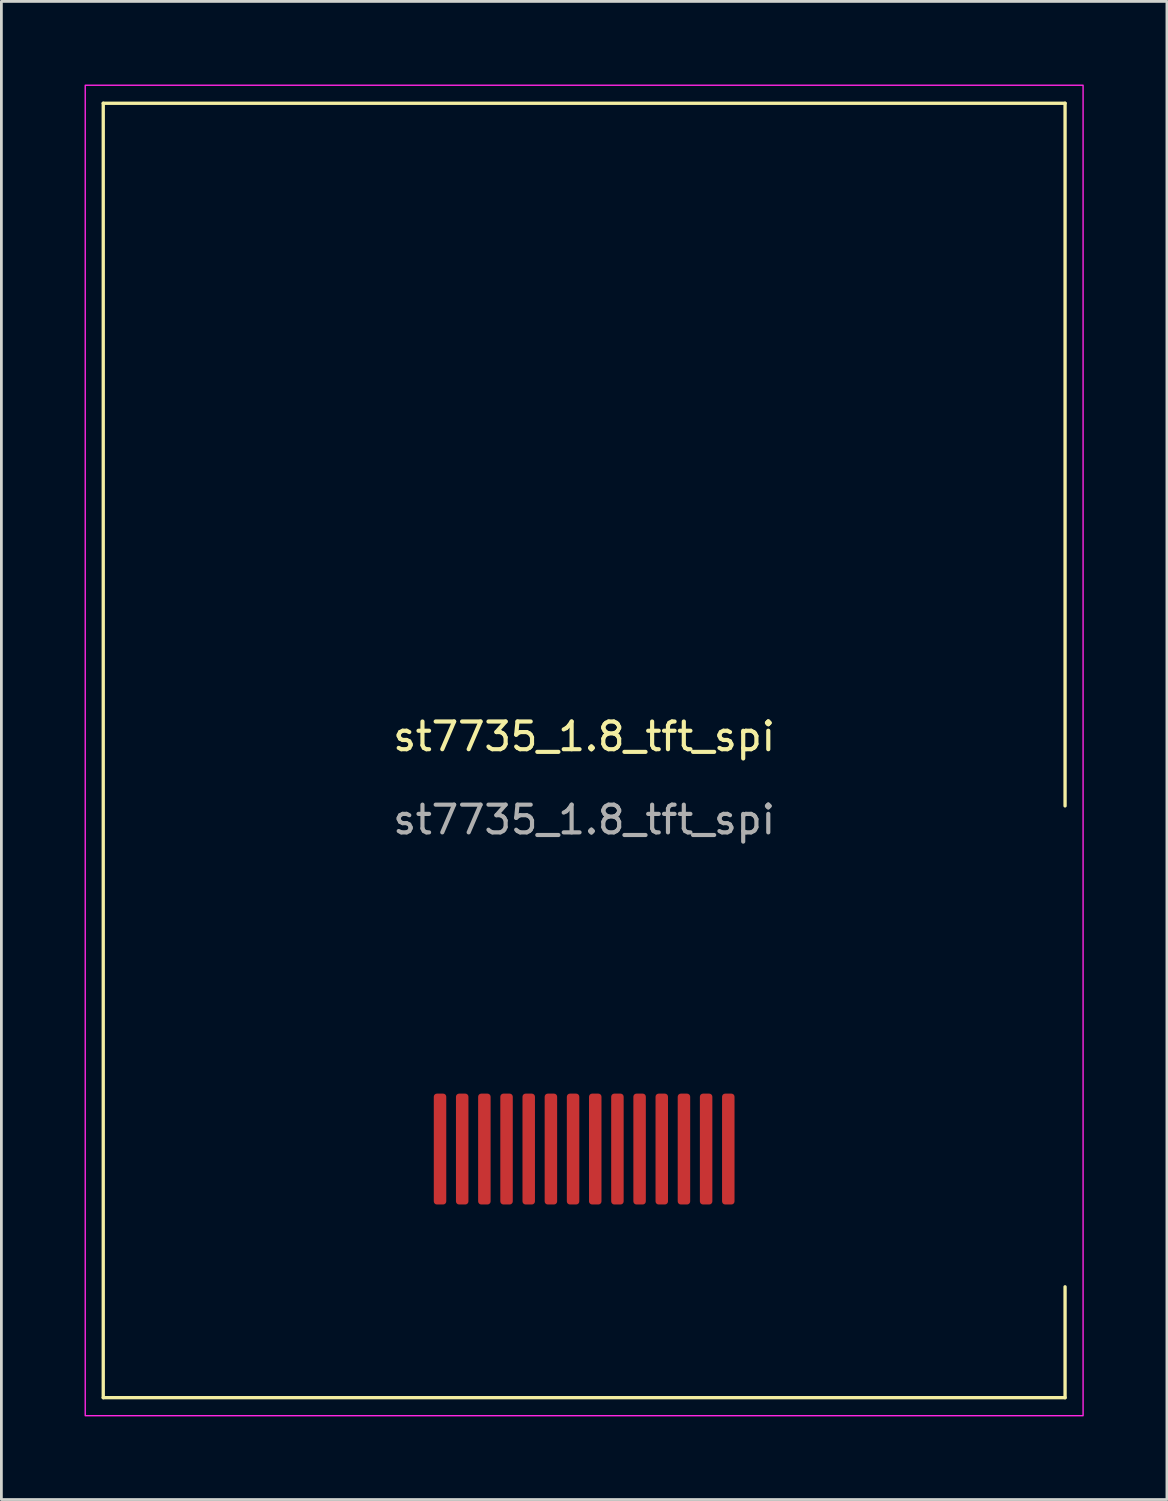
<source format=kicad_pcb>
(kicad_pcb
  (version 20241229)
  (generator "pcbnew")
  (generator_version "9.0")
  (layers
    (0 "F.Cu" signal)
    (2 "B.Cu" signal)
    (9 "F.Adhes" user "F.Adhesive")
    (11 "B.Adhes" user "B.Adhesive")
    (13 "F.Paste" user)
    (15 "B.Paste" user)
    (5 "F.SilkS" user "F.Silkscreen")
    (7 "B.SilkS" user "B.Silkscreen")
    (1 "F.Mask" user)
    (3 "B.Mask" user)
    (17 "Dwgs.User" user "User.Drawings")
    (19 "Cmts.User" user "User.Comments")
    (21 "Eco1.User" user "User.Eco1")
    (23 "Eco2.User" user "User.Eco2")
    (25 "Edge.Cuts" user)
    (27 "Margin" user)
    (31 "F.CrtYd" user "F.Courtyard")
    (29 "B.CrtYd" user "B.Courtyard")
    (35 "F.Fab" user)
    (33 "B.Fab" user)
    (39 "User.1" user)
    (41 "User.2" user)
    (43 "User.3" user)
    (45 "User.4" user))
  (footprint "st7735_1.8_tft_spi"
    (layer "F.Cu")
    (at 18.025 24.025)
    (property "Reference" "st7735_1.8_tft_spi" (at 0 -0.5 0) (unlocked yes) (layer "F.SilkS") (effects (font (size 1 1) (thickness 0.15))))
    (attr smd)
    (fp_line (start -17.35 -23.35) (end -17.35 23.35) (stroke (width 0.12) (type solid)) (layer "F.SilkS"))
    (fp_line (start -17.35 23.35) (end 17.35 23.35) (stroke (width 0.12) (type solid)) (layer "F.SilkS"))
    (fp_line (start 17.35 -23.35) (end -17.35 -23.35) (stroke (width 0.12) (type solid)) (layer "F.SilkS"))
    (fp_line (start 17.35 -23.35) (end 17.35 2) (stroke (width 0.12) (type solid)) (layer "F.SilkS"))
    (fp_line (start 17.35 19.35) (end 17.35 23.35) (stroke (width 0.12) (type solid)) (layer "F.SilkS"))
    (fp_rect (start -18 -24) (end 18 24) (stroke (width 0.05) (type solid)) (fill no) (layer "F.CrtYd"))
    (fp_text user "${REFERENCE}" (at 0 2.5 0) (unlocked yes) (layer "F.Fab") (effects (font (size 1 1) (thickness 0.15))))
    (pad "1" smd roundrect (at 5.2 14.38) (size 0.45 4) (layers "F.Cu" "F.Mask" "F.Paste") (roundrect_rratio 0.25))
    (pad "2" smd roundrect (at 4.4 14.38) (size 0.45 4) (layers "F.Cu" "F.Mask" "F.Paste") (roundrect_rratio 0.25))
    (pad "3" smd roundrect (at 3.6 14.38) (size 0.45 4) (layers "F.Cu" "F.Mask" "F.Paste") (roundrect_rratio 0.25))
    (pad "4" smd roundrect (at 2.8 14.38) (size 0.45 4) (layers "F.Cu" "F.Mask" "F.Paste") (roundrect_rratio 0.25))
    (pad "5" smd roundrect (at 2 14.38) (size 0.45 4) (layers "F.Cu" "F.Mask" "F.Paste") (roundrect_rratio 0.25))
    (pad "6" smd roundrect (at 1.2 14.38) (size 0.45 4) (layers "F.Cu" "F.Mask" "F.Paste") (roundrect_rratio 0.25))
    (pad "7" smd roundrect (at 0.4 14.38) (size 0.45 4) (layers "F.Cu" "F.Mask" "F.Paste") (roundrect_rratio 0.25))
    (pad "8" smd roundrect (at -0.4 14.38) (size 0.45 4) (layers "F.Cu" "F.Mask" "F.Paste") (roundrect_rratio 0.25))
    (pad "9" smd roundrect (at -1.2 14.38) (size 0.45 4) (layers "F.Cu" "F.Mask" "F.Paste") (roundrect_rratio 0.25))
    (pad "10" smd roundrect (at -2 14.38) (size 0.45 4) (layers "F.Cu" "F.Mask" "F.Paste") (roundrect_rratio 0.25))
    (pad "11" smd roundrect (at -2.8 14.38) (size 0.45 4) (layers "F.Cu" "F.Mask" "F.Paste") (roundrect_rratio 0.25))
    (pad "12" smd roundrect (at -3.6 14.38) (size 0.45 4) (layers "F.Cu" "F.Mask" "F.Paste") (roundrect_rratio 0.25))
    (pad "13" smd roundrect (at -4.4 14.38) (size 0.45 4) (layers "F.Cu" "F.Mask" "F.Paste") (roundrect_rratio 0.25))
    (pad "14" smd roundrect (at -5.2 14.38) (size 0.45 4) (layers "F.Cu" "F.Mask" "F.Paste") (roundrect_rratio 0.25)))
  (gr_rect
    (start -3 -3)
    (end 39.05 51.05)
    (stroke (width 0.1) (type default))
    (fill no)
    (layer "Edge.Cuts")))
</source>
